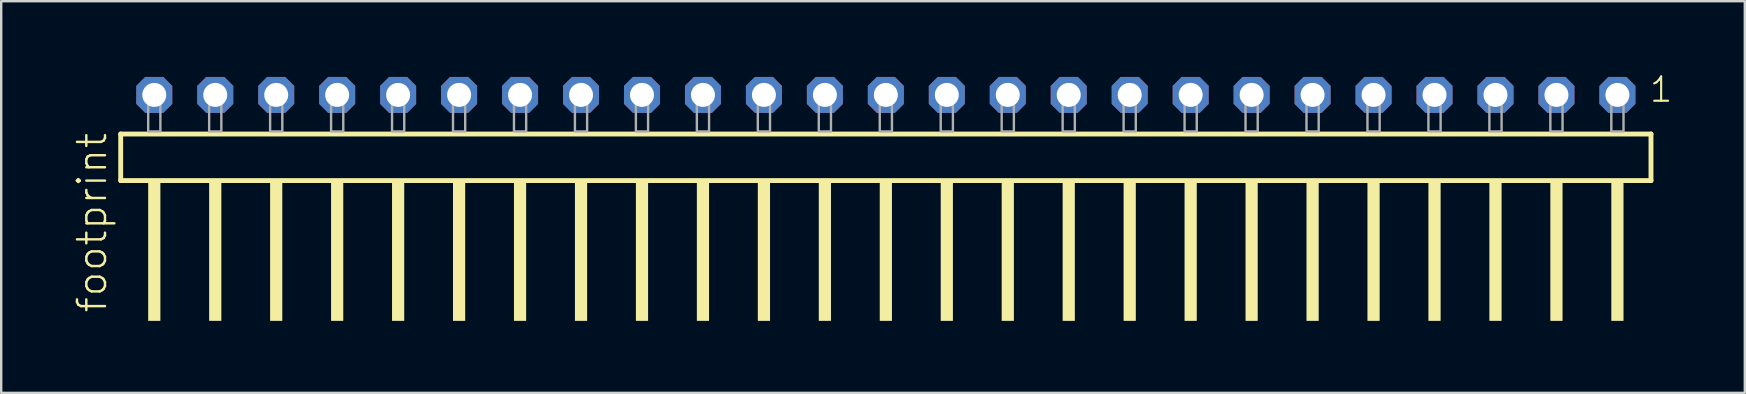
<source format=kicad_pcb>
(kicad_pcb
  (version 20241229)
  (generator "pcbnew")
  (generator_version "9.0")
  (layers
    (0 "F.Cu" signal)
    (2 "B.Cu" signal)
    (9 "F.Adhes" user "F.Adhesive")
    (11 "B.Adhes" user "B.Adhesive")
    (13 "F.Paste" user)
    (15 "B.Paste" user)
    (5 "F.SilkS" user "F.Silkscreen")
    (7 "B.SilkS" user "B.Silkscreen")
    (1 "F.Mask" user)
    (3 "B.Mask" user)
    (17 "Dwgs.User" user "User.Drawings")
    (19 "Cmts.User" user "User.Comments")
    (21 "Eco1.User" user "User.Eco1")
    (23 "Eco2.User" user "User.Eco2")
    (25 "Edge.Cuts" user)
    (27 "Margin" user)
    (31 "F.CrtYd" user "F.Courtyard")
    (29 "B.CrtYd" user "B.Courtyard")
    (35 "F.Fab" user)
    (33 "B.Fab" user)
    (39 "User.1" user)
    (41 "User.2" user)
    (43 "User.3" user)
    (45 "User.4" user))
  (footprint "footprint"
    (layer "F.Cu")
    (at 33.858 2.428)
    (property "Reference" "footprint" (at -32.385 7.62 90) (layer "F.SilkS") (effects (font (size 1.168 1.168) (thickness 0.102)) (justify left bottom)))
    (fp_line (start -31.879 0.106) (end -31.879 2.046) (stroke (width 0.203) (type solid)) (layer "F.SilkS"))
    (fp_line (start -31.879 2.046) (end 31.879 2.046) (stroke (width 0.203) (type solid)) (layer "F.SilkS"))
    (fp_line (start 31.879 0.106) (end -31.879 0.106) (stroke (width 0.203) (type solid)) (layer "F.SilkS"))
    (fp_line (start 31.879 2.046) (end 31.879 0.106) (stroke (width 0.203) (type solid)) (layer "F.SilkS"))
    (fp_poly (pts (xy -30.734 7.89) (xy -30.226 7.89) (xy -30.226 2.04) (xy -30.734 2.04)) (stroke (width 0) (type solid)) (fill yes) (layer "F.SilkS"))
    (fp_poly (pts (xy -28.194 7.89) (xy -27.686 7.89) (xy -27.686 2.04) (xy -28.194 2.04)) (stroke (width 0) (type solid)) (fill yes) (layer "F.SilkS"))
    (fp_poly (pts (xy -25.654 7.89) (xy -25.146 7.89) (xy -25.146 2.04) (xy -25.654 2.04)) (stroke (width 0) (type solid)) (fill yes) (layer "F.SilkS"))
    (fp_poly (pts (xy -23.114 7.89) (xy -22.606 7.89) (xy -22.606 2.04) (xy -23.114 2.04)) (stroke (width 0) (type solid)) (fill yes) (layer "F.SilkS"))
    (fp_poly (pts (xy -20.574 7.89) (xy -20.066 7.89) (xy -20.066 2.04) (xy -20.574 2.04)) (stroke (width 0) (type solid)) (fill yes) (layer "F.SilkS"))
    (fp_poly (pts (xy -18.034 7.89) (xy -17.526 7.89) (xy -17.526 2.04) (xy -18.034 2.04)) (stroke (width 0) (type solid)) (fill yes) (layer "F.SilkS"))
    (fp_poly (pts (xy -15.494 7.89) (xy -14.986 7.89) (xy -14.986 2.04) (xy -15.494 2.04)) (stroke (width 0) (type solid)) (fill yes) (layer "F.SilkS"))
    (fp_poly (pts (xy -12.954 7.89) (xy -12.446 7.89) (xy -12.446 2.04) (xy -12.954 2.04)) (stroke (width 0) (type solid)) (fill yes) (layer "F.SilkS"))
    (fp_poly (pts (xy -10.414 7.89) (xy -9.906 7.89) (xy -9.906 2.04) (xy -10.414 2.04)) (stroke (width 0) (type solid)) (fill yes) (layer "F.SilkS"))
    (fp_poly (pts (xy -7.874 7.89) (xy -7.366 7.89) (xy -7.366 2.04) (xy -7.874 2.04)) (stroke (width 0) (type solid)) (fill yes) (layer "F.SilkS"))
    (fp_poly (pts (xy -5.334 7.89) (xy -4.826 7.89) (xy -4.826 2.04) (xy -5.334 2.04)) (stroke (width 0) (type solid)) (fill yes) (layer "F.SilkS"))
    (fp_poly (pts (xy -2.794 7.89) (xy -2.286 7.89) (xy -2.286 2.04) (xy -2.794 2.04)) (stroke (width 0) (type solid)) (fill yes) (layer "F.SilkS"))
    (fp_poly (pts (xy -0.254 7.89) (xy 0.254 7.89) (xy 0.254 2.04) (xy -0.254 2.04)) (stroke (width 0) (type solid)) (fill yes) (layer "F.SilkS"))
    (fp_poly (pts (xy 2.286 7.89) (xy 2.794 7.89) (xy 2.794 2.04) (xy 2.286 2.04)) (stroke (width 0) (type solid)) (fill yes) (layer "F.SilkS"))
    (fp_poly (pts (xy 4.826 7.89) (xy 5.334 7.89) (xy 5.334 2.04) (xy 4.826 2.04)) (stroke (width 0) (type solid)) (fill yes) (layer "F.SilkS"))
    (fp_poly (pts (xy 7.366 7.89) (xy 7.874 7.89) (xy 7.874 2.04) (xy 7.366 2.04)) (stroke (width 0) (type solid)) (fill yes) (layer "F.SilkS"))
    (fp_poly (pts (xy 9.906 7.89) (xy 10.414 7.89) (xy 10.414 2.04) (xy 9.906 2.04)) (stroke (width 0) (type solid)) (fill yes) (layer "F.SilkS"))
    (fp_poly (pts (xy 12.446 7.89) (xy 12.954 7.89) (xy 12.954 2.04) (xy 12.446 2.04)) (stroke (width 0) (type solid)) (fill yes) (layer "F.SilkS"))
    (fp_poly (pts (xy 14.986 7.89) (xy 15.494 7.89) (xy 15.494 2.04) (xy 14.986 2.04)) (stroke (width 0) (type solid)) (fill yes) (layer "F.SilkS"))
    (fp_poly (pts (xy 17.526 7.89) (xy 18.034 7.89) (xy 18.034 2.04) (xy 17.526 2.04)) (stroke (width 0) (type solid)) (fill yes) (layer "F.SilkS"))
    (fp_poly (pts (xy 20.066 7.89) (xy 20.574 7.89) (xy 20.574 2.04) (xy 20.066 2.04)) (stroke (width 0) (type solid)) (fill yes) (layer "F.SilkS"))
    (fp_poly (pts (xy 22.606 7.89) (xy 23.114 7.89) (xy 23.114 2.04) (xy 22.606 2.04)) (stroke (width 0) (type solid)) (fill yes) (layer "F.SilkS"))
    (fp_poly (pts (xy 25.146 7.89) (xy 25.654 7.89) (xy 25.654 2.04) (xy 25.146 2.04)) (stroke (width 0) (type solid)) (fill yes) (layer "F.SilkS"))
    (fp_poly (pts (xy 27.686 7.89) (xy 28.194 7.89) (xy 28.194 2.04) (xy 27.686 2.04)) (stroke (width 0) (type solid)) (fill yes) (layer "F.SilkS"))
    (fp_poly (pts (xy 30.226 7.89) (xy 30.734 7.89) (xy 30.734 2.04) (xy 30.226 2.04)) (stroke (width 0) (type solid)) (fill yes) (layer "F.SilkS"))
    (fp_poly (pts (xy -30.734 0) (xy -30.226 0) (xy -30.226 -1.778) (xy -30.734 -1.778)) (stroke (width 0.1) (type solid)) (fill no) (layer "F.Fab"))
    (fp_poly (pts (xy -28.194 0) (xy -27.686 0) (xy -27.686 -1.778) (xy -28.194 -1.778)) (stroke (width 0.1) (type solid)) (fill no) (layer "F.Fab"))
    (fp_poly (pts (xy -25.654 0) (xy -25.146 0) (xy -25.146 -1.778) (xy -25.654 -1.778)) (stroke (width 0.1) (type solid)) (fill no) (layer "F.Fab"))
    (fp_poly (pts (xy -23.114 0) (xy -22.606 0) (xy -22.606 -1.778) (xy -23.114 -1.778)) (stroke (width 0.1) (type solid)) (fill no) (layer "F.Fab"))
    (fp_poly (pts (xy -20.574 0) (xy -20.066 0) (xy -20.066 -1.778) (xy -20.574 -1.778)) (stroke (width 0.1) (type solid)) (fill no) (layer "F.Fab"))
    (fp_poly (pts (xy -18.034 0) (xy -17.526 0) (xy -17.526 -1.778) (xy -18.034 -1.778)) (stroke (width 0.1) (type solid)) (fill no) (layer "F.Fab"))
    (fp_poly (pts (xy -15.494 0) (xy -14.986 0) (xy -14.986 -1.778) (xy -15.494 -1.778)) (stroke (width 0.1) (type solid)) (fill no) (layer "F.Fab"))
    (fp_poly (pts (xy -12.954 0) (xy -12.446 0) (xy -12.446 -1.778) (xy -12.954 -1.778)) (stroke (width 0.1) (type solid)) (fill no) (layer "F.Fab"))
    (fp_poly (pts (xy -10.414 0) (xy -9.906 0) (xy -9.906 -1.778) (xy -10.414 -1.778)) (stroke (width 0.1) (type solid)) (fill no) (layer "F.Fab"))
    (fp_poly (pts (xy -7.874 0) (xy -7.366 0) (xy -7.366 -1.778) (xy -7.874 -1.778)) (stroke (width 0.1) (type solid)) (fill no) (layer "F.Fab"))
    (fp_poly (pts (xy -5.334 0) (xy -4.826 0) (xy -4.826 -1.778) (xy -5.334 -1.778)) (stroke (width 0.1) (type solid)) (fill no) (layer "F.Fab"))
    (fp_poly (pts (xy -2.794 0) (xy -2.286 0) (xy -2.286 -1.778) (xy -2.794 -1.778)) (stroke (width 0.1) (type solid)) (fill no) (layer "F.Fab"))
    (fp_poly (pts (xy -0.254 0) (xy 0.254 0) (xy 0.254 -1.778) (xy -0.254 -1.778)) (stroke (width 0.1) (type solid)) (fill no) (layer "F.Fab"))
    (fp_poly (pts (xy 2.286 0) (xy 2.794 0) (xy 2.794 -1.778) (xy 2.286 -1.778)) (stroke (width 0.1) (type solid)) (fill no) (layer "F.Fab"))
    (fp_poly (pts (xy 4.826 0) (xy 5.334 0) (xy 5.334 -1.778) (xy 4.826 -1.778)) (stroke (width 0.1) (type solid)) (fill no) (layer "F.Fab"))
    (fp_poly (pts (xy 7.366 0) (xy 7.874 0) (xy 7.874 -1.778) (xy 7.366 -1.778)) (stroke (width 0.1) (type solid)) (fill no) (layer "F.Fab"))
    (fp_poly (pts (xy 9.906 0) (xy 10.414 0) (xy 10.414 -1.778) (xy 9.906 -1.778)) (stroke (width 0.1) (type solid)) (fill no) (layer "F.Fab"))
    (fp_poly (pts (xy 12.446 0) (xy 12.954 0) (xy 12.954 -1.778) (xy 12.446 -1.778)) (stroke (width 0.1) (type solid)) (fill no) (layer "F.Fab"))
    (fp_poly (pts (xy 14.986 0) (xy 15.494 0) (xy 15.494 -1.778) (xy 14.986 -1.778)) (stroke (width 0.1) (type solid)) (fill no) (layer "F.Fab"))
    (fp_poly (pts (xy 17.526 0) (xy 18.034 0) (xy 18.034 -1.778) (xy 17.526 -1.778)) (stroke (width 0.1) (type solid)) (fill no) (layer "F.Fab"))
    (fp_poly (pts (xy 20.066 0) (xy 20.574 0) (xy 20.574 -1.778) (xy 20.066 -1.778)) (stroke (width 0.1) (type solid)) (fill no) (layer "F.Fab"))
    (fp_poly (pts (xy 22.606 0) (xy 23.114 0) (xy 23.114 -1.778) (xy 22.606 -1.778)) (stroke (width 0.1) (type solid)) (fill no) (layer "F.Fab"))
    (fp_poly (pts (xy 25.146 0) (xy 25.654 0) (xy 25.654 -1.778) (xy 25.146 -1.778)) (stroke (width 0.1) (type solid)) (fill no) (layer "F.Fab"))
    (fp_poly (pts (xy 27.686 0) (xy 28.194 0) (xy 28.194 -1.778) (xy 27.686 -1.778)) (stroke (width 0.1) (type solid)) (fill no) (layer "F.Fab"))
    (fp_poly (pts (xy 30.226 0) (xy 30.734 0) (xy 30.734 -1.778) (xy 30.226 -1.778)) (stroke (width 0.1) (type solid)) (fill no) (layer "F.Fab"))
    (fp_text user "1" (at 31.762 -1.152 0) (layer "F.SilkS") (effects (font (size 1.012 1.012) (thickness 0.088)) (justify left bottom)))
    (pad "1" thru_hole roundrect (at 30.48 -1.524 180) (size 1.5 1.5) (drill 1) (layers "*.Cu" "*.Mask") (roundrect_rratio 0.25) (chamfer_ratio 0.25) (chamfer top_left top_right bottom_left bottom_right))
    (pad "2" thru_hole roundrect (at 27.94 -1.524 180) (size 1.5 1.5) (drill 1) (layers "*.Cu" "*.Mask") (roundrect_rratio 0.25) (chamfer_ratio 0.25) (chamfer top_left top_right bottom_left bottom_right))
    (pad "3" thru_hole roundrect (at 25.4 -1.524 180) (size 1.5 1.5) (drill 1) (layers "*.Cu" "*.Mask") (roundrect_rratio 0.25) (chamfer_ratio 0.25) (chamfer top_left top_right bottom_left bottom_right))
    (pad "4" thru_hole roundrect (at 22.86 -1.524 180) (size 1.5 1.5) (drill 1) (layers "*.Cu" "*.Mask") (roundrect_rratio 0.25) (chamfer_ratio 0.25) (chamfer top_left top_right bottom_left bottom_right))
    (pad "5" thru_hole roundrect (at 20.32 -1.524 180) (size 1.5 1.5) (drill 1) (layers "*.Cu" "*.Mask") (roundrect_rratio 0.25) (chamfer_ratio 0.25) (chamfer top_left top_right bottom_left bottom_right))
    (pad "6" thru_hole roundrect (at 17.78 -1.524 180) (size 1.5 1.5) (drill 1) (layers "*.Cu" "*.Mask") (roundrect_rratio 0.25) (chamfer_ratio 0.25) (chamfer top_left top_right bottom_left bottom_right))
    (pad "7" thru_hole roundrect (at 15.24 -1.524 180) (size 1.5 1.5) (drill 1) (layers "*.Cu" "*.Mask") (roundrect_rratio 0.25) (chamfer_ratio 0.25) (chamfer top_left top_right bottom_left bottom_right))
    (pad "8" thru_hole roundrect (at 12.7 -1.524 180) (size 1.5 1.5) (drill 1) (layers "*.Cu" "*.Mask") (roundrect_rratio 0.25) (chamfer_ratio 0.25) (chamfer top_left top_right bottom_left bottom_right))
    (pad "9" thru_hole roundrect (at 10.16 -1.524 180) (size 1.5 1.5) (drill 1) (layers "*.Cu" "*.Mask") (roundrect_rratio 0.25) (chamfer_ratio 0.25) (chamfer top_left top_right bottom_left bottom_right))
    (pad "10" thru_hole roundrect (at 7.62 -1.524 180) (size 1.5 1.5) (drill 1) (layers "*.Cu" "*.Mask") (roundrect_rratio 0.25) (chamfer_ratio 0.25) (chamfer top_left top_right bottom_left bottom_right))
    (pad "11" thru_hole roundrect (at 5.08 -1.524 180) (size 1.5 1.5) (drill 1) (layers "*.Cu" "*.Mask") (roundrect_rratio 0.25) (chamfer_ratio 0.25) (chamfer top_left top_right bottom_left bottom_right))
    (pad "12" thru_hole roundrect (at 2.54 -1.524 180) (size 1.5 1.5) (drill 1) (layers "*.Cu" "*.Mask") (roundrect_rratio 0.25) (chamfer_ratio 0.25) (chamfer top_left top_right bottom_left bottom_right))
    (pad "13" thru_hole roundrect (at 0 -1.524 180) (size 1.5 1.5) (drill 1) (layers "*.Cu" "*.Mask") (roundrect_rratio 0.25) (chamfer_ratio 0.25) (chamfer top_left top_right bottom_left bottom_right))
    (pad "14" thru_hole roundrect (at -2.54 -1.524 180) (size 1.5 1.5) (drill 1) (layers "*.Cu" "*.Mask") (roundrect_rratio 0.25) (chamfer_ratio 0.25) (chamfer top_left top_right bottom_left bottom_right))
    (pad "15" thru_hole roundrect (at -5.08 -1.524 180) (size 1.5 1.5) (drill 1) (layers "*.Cu" "*.Mask") (roundrect_rratio 0.25) (chamfer_ratio 0.25) (chamfer top_left top_right bottom_left bottom_right))
    (pad "16" thru_hole roundrect (at -7.62 -1.524 180) (size 1.5 1.5) (drill 1) (layers "*.Cu" "*.Mask") (roundrect_rratio 0.25) (chamfer_ratio 0.25) (chamfer top_left top_right bottom_left bottom_right))
    (pad "17" thru_hole roundrect (at -10.16 -1.524 180) (size 1.5 1.5) (drill 1) (layers "*.Cu" "*.Mask") (roundrect_rratio 0.25) (chamfer_ratio 0.25) (chamfer top_left top_right bottom_left bottom_right))
    (pad "18" thru_hole roundrect (at -12.7 -1.524 180) (size 1.5 1.5) (drill 1) (layers "*.Cu" "*.Mask") (roundrect_rratio 0.25) (chamfer_ratio 0.25) (chamfer top_left top_right bottom_left bottom_right))
    (pad "19" thru_hole roundrect (at -15.24 -1.524 180) (size 1.5 1.5) (drill 1) (layers "*.Cu" "*.Mask") (roundrect_rratio 0.25) (chamfer_ratio 0.25) (chamfer top_left top_right bottom_left bottom_right))
    (pad "20" thru_hole roundrect (at -17.78 -1.524 180) (size 1.5 1.5) (drill 1) (layers "*.Cu" "*.Mask") (roundrect_rratio 0.25) (chamfer_ratio 0.25) (chamfer top_left top_right bottom_left bottom_right))
    (pad "21" thru_hole roundrect (at -20.32 -1.524 180) (size 1.5 1.5) (drill 1) (layers "*.Cu" "*.Mask") (roundrect_rratio 0.25) (chamfer_ratio 0.25) (chamfer top_left top_right bottom_left bottom_right))
    (pad "22" thru_hole roundrect (at -22.86 -1.524 180) (size 1.5 1.5) (drill 1) (layers "*.Cu" "*.Mask") (roundrect_rratio 0.25) (chamfer_ratio 0.25) (chamfer top_left top_right bottom_left bottom_right))
    (pad "23" thru_hole roundrect (at -25.4 -1.524 180) (size 1.5 1.5) (drill 1) (layers "*.Cu" "*.Mask") (roundrect_rratio 0.25) (chamfer_ratio 0.25) (chamfer top_left top_right bottom_left bottom_right))
    (pad "24" thru_hole roundrect (at -27.94 -1.524 180) (size 1.5 1.5) (drill 1) (layers "*.Cu" "*.Mask") (roundrect_rratio 0.25) (chamfer_ratio 0.25) (chamfer top_left top_right bottom_left bottom_right))
    (pad "25" thru_hole roundrect (at -30.48 -1.524 180) (size 1.5 1.5) (drill 1) (layers "*.Cu" "*.Mask") (roundrect_rratio 0.25) (chamfer_ratio 0.25) (chamfer top_left top_right bottom_left bottom_right)))
  (gr_rect
    (start -3 -3)
    (end 69.646 13.318)
    (stroke (width 0.1) (type default))
    (fill no)
    (layer "Edge.Cuts")))
</source>
